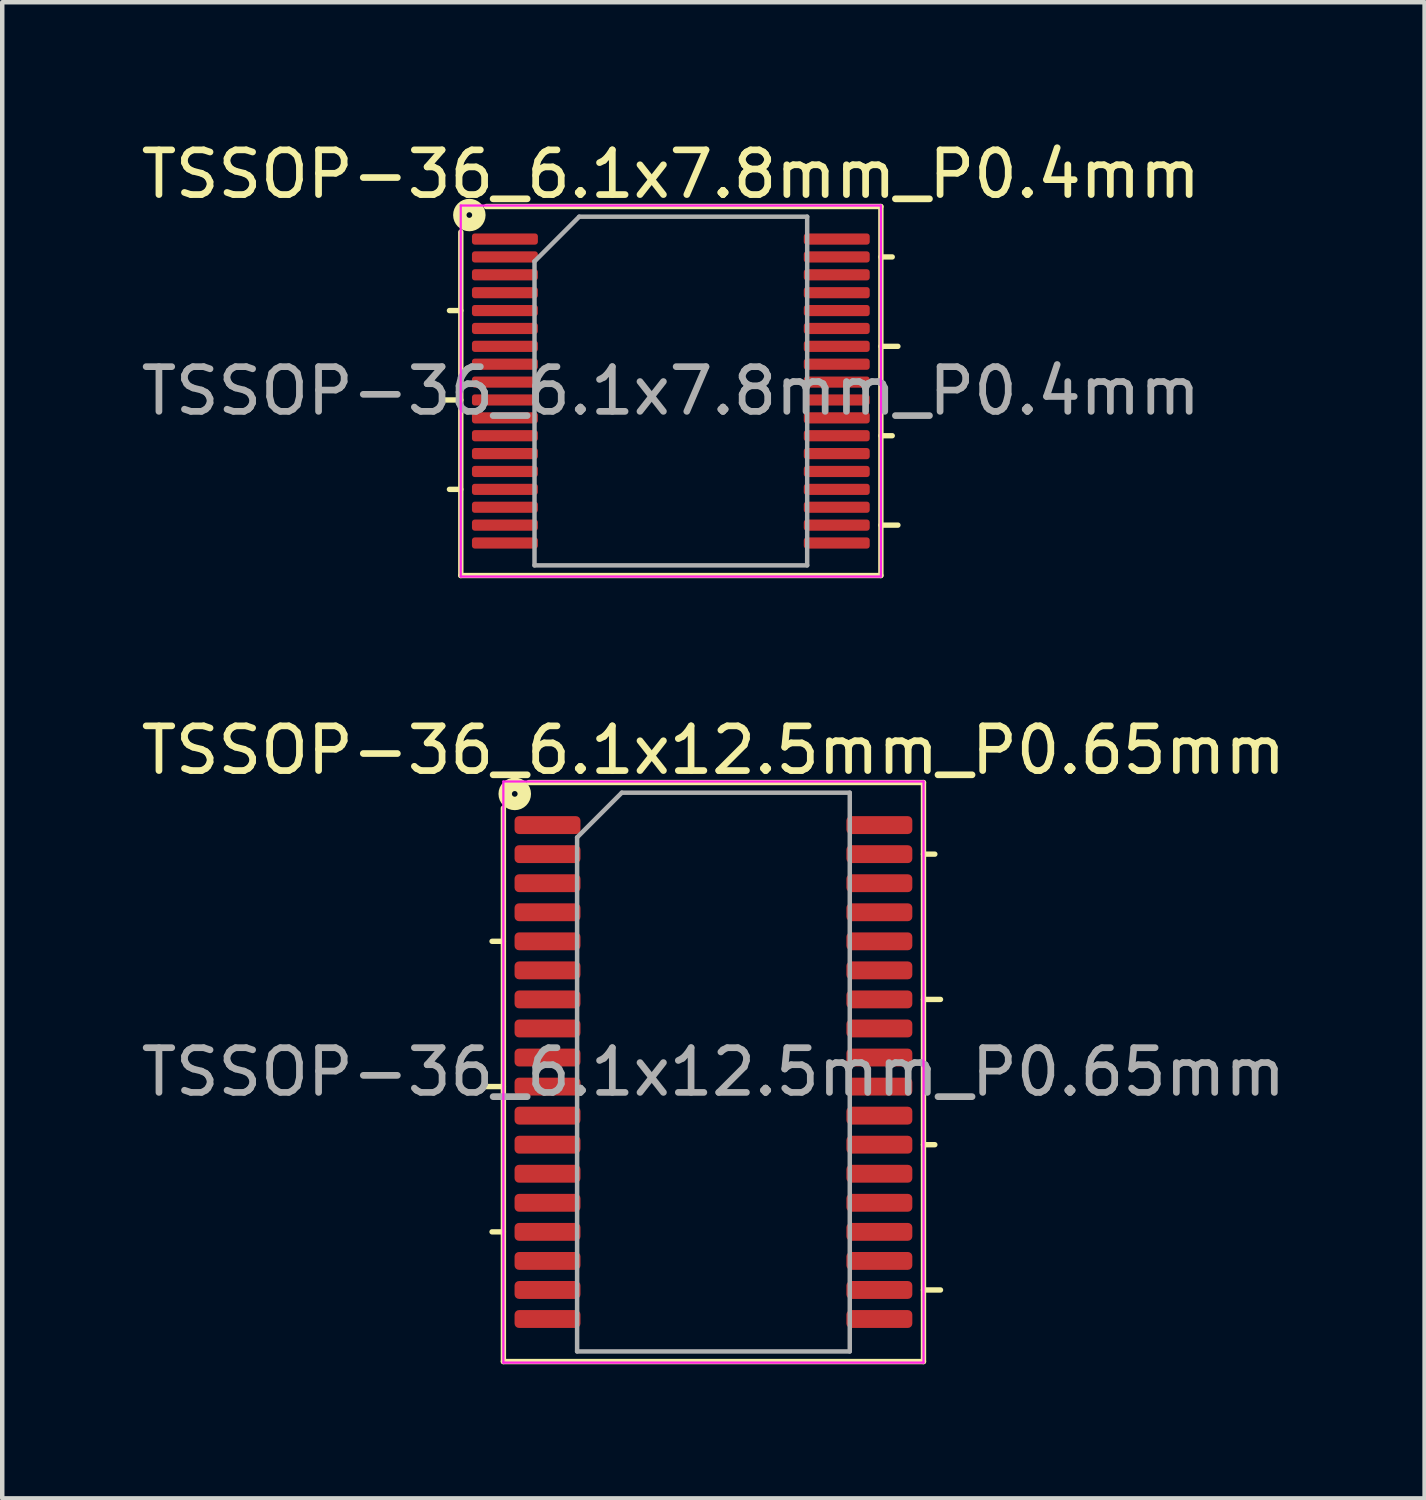
<source format=kicad_pcb>
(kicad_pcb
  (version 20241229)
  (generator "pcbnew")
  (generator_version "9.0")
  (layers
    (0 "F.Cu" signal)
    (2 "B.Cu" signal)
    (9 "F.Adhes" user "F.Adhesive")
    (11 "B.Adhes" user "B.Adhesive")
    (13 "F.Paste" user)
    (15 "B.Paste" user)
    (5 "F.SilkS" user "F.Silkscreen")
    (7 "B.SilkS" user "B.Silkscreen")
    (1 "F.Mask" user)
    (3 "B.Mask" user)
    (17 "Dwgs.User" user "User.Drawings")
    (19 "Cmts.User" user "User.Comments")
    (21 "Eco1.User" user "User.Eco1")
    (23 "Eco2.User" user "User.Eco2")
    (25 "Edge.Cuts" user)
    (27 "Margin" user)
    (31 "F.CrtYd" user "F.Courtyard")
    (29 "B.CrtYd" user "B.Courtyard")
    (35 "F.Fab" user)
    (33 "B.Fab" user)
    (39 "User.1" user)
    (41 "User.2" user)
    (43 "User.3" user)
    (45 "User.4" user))
  (footprint "TSSOP-36_6.1x7.8mm_P0.4mm"
    (layer "F.Cu")
    (at 11.958 5.698)
    (property "Reference" "TSSOP-36_6.1x7.8mm_P0.4mm" (at 0 -4.85 0) (layer "F.SilkS") (effects (font (size 1 1) (thickness 0.15))))
    (attr smd)
    (fp_line (start -5.08 0.2) (end -4.699 0.2) (stroke (width 0.12) (type solid)) (layer "F.SilkS"))
    (fp_line (start -4.953 -1.8) (end -4.699 -1.8) (stroke (width 0.12) (type solid)) (layer "F.SilkS"))
    (fp_line (start -4.953 2.2) (end -4.699 2.2) (stroke (width 0.12) (type solid)) (layer "F.SilkS"))
    (fp_line (start -4.699 -3.556) (end -4.699 4.128) (stroke (width 0.12) (type solid)) (layer "F.SilkS"))
    (fp_line (start -4.699 4.128) (end 4.699 4.128) (stroke (width 0.12) (type solid)) (layer "F.SilkS"))
    (fp_line (start 4.699 -4.128) (end -4.128 -4.128) (stroke (width 0.12) (type solid)) (layer "F.SilkS"))
    (fp_line (start 4.699 -3) (end 4.953 -3) (stroke (width 0.12) (type solid)) (layer "F.SilkS"))
    (fp_line (start 4.699 -1) (end 5.08 -1) (stroke (width 0.12) (type solid)) (layer "F.SilkS"))
    (fp_line (start 4.699 1) (end 4.953 1) (stroke (width 0.12) (type solid)) (layer "F.SilkS"))
    (fp_line (start 4.699 3) (end 5.08 3) (stroke (width 0.12) (type solid)) (layer "F.SilkS"))
    (fp_line (start 4.699 4.128) (end 4.699 -4.128) (stroke (width 0.12) (type solid)) (layer "F.SilkS"))
    (fp_circle (center -4.508 -3.937) (end -4.445 -3.937) (stroke (width 0.3) (type solid)) (fill no) (layer "F.SilkS"))
    (fp_line (start -4.7 -4.15) (end -4.7 4.15) (stroke (width 0.05) (type solid)) (layer "F.CrtYd"))
    (fp_line (start -4.7 4.15) (end 4.7 4.15) (stroke (width 0.05) (type solid)) (layer "F.CrtYd"))
    (fp_line (start 4.7 -4.15) (end -4.7 -4.15) (stroke (width 0.05) (type solid)) (layer "F.CrtYd"))
    (fp_line (start 4.7 4.15) (end 4.7 -4.15) (stroke (width 0.05) (type solid)) (layer "F.CrtYd"))
    (fp_line (start -3.05 -2.9) (end -2.05 -3.9) (stroke (width 0.1) (type solid)) (layer "F.Fab"))
    (fp_line (start -3.05 3.9) (end -3.05 -2.9) (stroke (width 0.1) (type solid)) (layer "F.Fab"))
    (fp_line (start -2.05 -3.9) (end 3.05 -3.9) (stroke (width 0.1) (type solid)) (layer "F.Fab"))
    (fp_line (start 3.05 -3.9) (end 3.05 3.9) (stroke (width 0.1) (type solid)) (layer "F.Fab"))
    (fp_line (start 3.05 3.9) (end -3.05 3.9) (stroke (width 0.1) (type solid)) (layer "F.Fab"))
    (fp_text user "${REFERENCE}" (at 0 0 0) (layer "F.Fab") (effects (font (size 1 1) (thickness 0.15))))
    (pad "1" smd roundrect (at -3.712 -3.4) (size 1.475 0.25) (layers "F.Cu" "F.Mask" "F.Paste") (roundrect_rratio 0.25))
    (pad "2" smd roundrect (at -3.712 -3) (size 1.475 0.25) (layers "F.Cu" "F.Mask" "F.Paste") (roundrect_rratio 0.25))
    (pad "3" smd roundrect (at -3.712 -2.6) (size 1.475 0.25) (layers "F.Cu" "F.Mask" "F.Paste") (roundrect_rratio 0.25))
    (pad "4" smd roundrect (at -3.712 -2.2) (size 1.475 0.25) (layers "F.Cu" "F.Mask" "F.Paste") (roundrect_rratio 0.25))
    (pad "5" smd roundrect (at -3.712 -1.8) (size 1.475 0.25) (layers "F.Cu" "F.Mask" "F.Paste") (roundrect_rratio 0.25))
    (pad "6" smd roundrect (at -3.712 -1.4) (size 1.475 0.25) (layers "F.Cu" "F.Mask" "F.Paste") (roundrect_rratio 0.25))
    (pad "7" smd roundrect (at -3.712 -1) (size 1.475 0.25) (layers "F.Cu" "F.Mask" "F.Paste") (roundrect_rratio 0.25))
    (pad "8" smd roundrect (at -3.712 -0.6) (size 1.475 0.25) (layers "F.Cu" "F.Mask" "F.Paste") (roundrect_rratio 0.25))
    (pad "9" smd roundrect (at -3.712 -0.2) (size 1.475 0.25) (layers "F.Cu" "F.Mask" "F.Paste") (roundrect_rratio 0.25))
    (pad "10" smd roundrect (at -3.712 0.2) (size 1.475 0.25) (layers "F.Cu" "F.Mask" "F.Paste") (roundrect_rratio 0.25))
    (pad "11" smd roundrect (at -3.712 0.6) (size 1.475 0.25) (layers "F.Cu" "F.Mask" "F.Paste") (roundrect_rratio 0.25))
    (pad "12" smd roundrect (at -3.712 1) (size 1.475 0.25) (layers "F.Cu" "F.Mask" "F.Paste") (roundrect_rratio 0.25))
    (pad "13" smd roundrect (at -3.712 1.4) (size 1.475 0.25) (layers "F.Cu" "F.Mask" "F.Paste") (roundrect_rratio 0.25))
    (pad "14" smd roundrect (at -3.712 1.8) (size 1.475 0.25) (layers "F.Cu" "F.Mask" "F.Paste") (roundrect_rratio 0.25))
    (pad "15" smd roundrect (at -3.712 2.2) (size 1.475 0.25) (layers "F.Cu" "F.Mask" "F.Paste") (roundrect_rratio 0.25))
    (pad "16" smd roundrect (at -3.712 2.6) (size 1.475 0.25) (layers "F.Cu" "F.Mask" "F.Paste") (roundrect_rratio 0.25))
    (pad "17" smd roundrect (at -3.712 3) (size 1.475 0.25) (layers "F.Cu" "F.Mask" "F.Paste") (roundrect_rratio 0.25))
    (pad "18" smd roundrect (at -3.712 3.4) (size 1.475 0.25) (layers "F.Cu" "F.Mask" "F.Paste") (roundrect_rratio 0.25))
    (pad "19" smd roundrect (at 3.712 3.4) (size 1.475 0.25) (layers "F.Cu" "F.Mask" "F.Paste") (roundrect_rratio 0.25))
    (pad "20" smd roundrect (at 3.712 3) (size 1.475 0.25) (layers "F.Cu" "F.Mask" "F.Paste") (roundrect_rratio 0.25))
    (pad "21" smd roundrect (at 3.712 2.6) (size 1.475 0.25) (layers "F.Cu" "F.Mask" "F.Paste") (roundrect_rratio 0.25))
    (pad "22" smd roundrect (at 3.712 2.2) (size 1.475 0.25) (layers "F.Cu" "F.Mask" "F.Paste") (roundrect_rratio 0.25))
    (pad "23" smd roundrect (at 3.712 1.8) (size 1.475 0.25) (layers "F.Cu" "F.Mask" "F.Paste") (roundrect_rratio 0.25))
    (pad "24" smd roundrect (at 3.712 1.4) (size 1.475 0.25) (layers "F.Cu" "F.Mask" "F.Paste") (roundrect_rratio 0.25))
    (pad "25" smd roundrect (at 3.712 1) (size 1.475 0.25) (layers "F.Cu" "F.Mask" "F.Paste") (roundrect_rratio 0.25))
    (pad "26" smd roundrect (at 3.712 0.6) (size 1.475 0.25) (layers "F.Cu" "F.Mask" "F.Paste") (roundrect_rratio 0.25))
    (pad "27" smd roundrect (at 3.712 0.2) (size 1.475 0.25) (layers "F.Cu" "F.Mask" "F.Paste") (roundrect_rratio 0.25))
    (pad "28" smd roundrect (at 3.712 -0.2) (size 1.475 0.25) (layers "F.Cu" "F.Mask" "F.Paste") (roundrect_rratio 0.25))
    (pad "29" smd roundrect (at 3.712 -0.6) (size 1.475 0.25) (layers "F.Cu" "F.Mask" "F.Paste") (roundrect_rratio 0.25))
    (pad "30" smd roundrect (at 3.712 -1) (size 1.475 0.25) (layers "F.Cu" "F.Mask" "F.Paste") (roundrect_rratio 0.25))
    (pad "31" smd roundrect (at 3.712 -1.4) (size 1.475 0.25) (layers "F.Cu" "F.Mask" "F.Paste") (roundrect_rratio 0.25))
    (pad "32" smd roundrect (at 3.712 -1.8) (size 1.475 0.25) (layers "F.Cu" "F.Mask" "F.Paste") (roundrect_rratio 0.25))
    (pad "33" smd roundrect (at 3.712 -2.2) (size 1.475 0.25) (layers "F.Cu" "F.Mask" "F.Paste") (roundrect_rratio 0.25))
    (pad "34" smd roundrect (at 3.712 -2.6) (size 1.475 0.25) (layers "F.Cu" "F.Mask" "F.Paste") (roundrect_rratio 0.25))
    (pad "35" smd roundrect (at 3.712 -3) (size 1.475 0.25) (layers "F.Cu" "F.Mask" "F.Paste") (roundrect_rratio 0.25))
    (pad "36" smd roundrect (at 3.712 -3.4) (size 1.475 0.25) (layers "F.Cu" "F.Mask" "F.Paste") (roundrect_rratio 0.25)))
  (footprint "TSSOP-36_6.1x12.5mm_P0.65mm"
    (layer "F.Cu")
    (at 12.911 20.934)
    (property "Reference" "TSSOP-36_6.1x12.5mm_P0.65mm" (at 0 -7.2 0) (layer "F.SilkS") (effects (font (size 1 1) (thickness 0.15))))
    (attr smd)
    (fp_line (start -4.699 -5.905) (end -4.699 6.477) (stroke (width 0.12) (type solid)) (layer "F.SilkS"))
    (fp_line (start -4.699 -2.925) (end -4.953 -2.925) (stroke (width 0.12) (type solid)) (layer "F.SilkS"))
    (fp_line (start -4.699 0.325) (end -5.08 0.325) (stroke (width 0.12) (type solid)) (layer "F.SilkS"))
    (fp_line (start -4.699 3.575) (end -4.953 3.575) (stroke (width 0.12) (type solid)) (layer "F.SilkS"))
    (fp_line (start -4.699 6.477) (end 4.699 6.477) (stroke (width 0.12) (type solid)) (layer "F.SilkS"))
    (fp_line (start 4.699 -6.477) (end -4.128 -6.477) (stroke (width 0.12) (type solid)) (layer "F.SilkS"))
    (fp_line (start 4.699 -4.875) (end 4.953 -4.875) (stroke (width 0.12) (type solid)) (layer "F.SilkS"))
    (fp_line (start 4.699 -1.625) (end 5.08 -1.625) (stroke (width 0.12) (type solid)) (layer "F.SilkS"))
    (fp_line (start 4.699 1.625) (end 4.953 1.625) (stroke (width 0.12) (type solid)) (layer "F.SilkS"))
    (fp_line (start 4.699 4.875) (end 5.08 4.875) (stroke (width 0.12) (type solid)) (layer "F.SilkS"))
    (fp_line (start 4.699 6.477) (end 4.699 -6.477) (stroke (width 0.12) (type solid)) (layer "F.SilkS"))
    (fp_circle (center -4.445 -6.223) (end -4.381 -6.223) (stroke (width 0.3) (type solid)) (fill no) (layer "F.SilkS"))
    (fp_line (start -4.7 -6.5) (end -4.7 6.5) (stroke (width 0.05) (type solid)) (layer "F.CrtYd"))
    (fp_line (start -4.7 6.5) (end 4.7 6.5) (stroke (width 0.05) (type solid)) (layer "F.CrtYd"))
    (fp_line (start 4.7 -6.5) (end -4.7 -6.5) (stroke (width 0.05) (type solid)) (layer "F.CrtYd"))
    (fp_line (start 4.7 6.5) (end 4.7 -6.5) (stroke (width 0.05) (type solid)) (layer "F.CrtYd"))
    (fp_line (start -3.05 -5.25) (end -2.05 -6.25) (stroke (width 0.1) (type solid)) (layer "F.Fab"))
    (fp_line (start -3.05 6.25) (end -3.05 -5.25) (stroke (width 0.1) (type solid)) (layer "F.Fab"))
    (fp_line (start -2.05 -6.25) (end 3.05 -6.25) (stroke (width 0.1) (type solid)) (layer "F.Fab"))
    (fp_line (start 3.05 -6.25) (end 3.05 6.25) (stroke (width 0.1) (type solid)) (layer "F.Fab"))
    (fp_line (start 3.05 6.25) (end -3.05 6.25) (stroke (width 0.1) (type solid)) (layer "F.Fab"))
    (fp_text user "${REFERENCE}" (at 0 0 0) (layer "F.Fab") (effects (font (size 1 1) (thickness 0.15))))
    (pad "1" smd roundrect (at -3.712 -5.525) (size 1.475 0.4) (layers "F.Cu" "F.Mask" "F.Paste") (roundrect_rratio 0.25))
    (pad "2" smd roundrect (at -3.712 -4.875) (size 1.475 0.4) (layers "F.Cu" "F.Mask" "F.Paste") (roundrect_rratio 0.25))
    (pad "3" smd roundrect (at -3.712 -4.225) (size 1.475 0.4) (layers "F.Cu" "F.Mask" "F.Paste") (roundrect_rratio 0.25))
    (pad "4" smd roundrect (at -3.712 -3.575) (size 1.475 0.4) (layers "F.Cu" "F.Mask" "F.Paste") (roundrect_rratio 0.25))
    (pad "5" smd roundrect (at -3.712 -2.925) (size 1.475 0.4) (layers "F.Cu" "F.Mask" "F.Paste") (roundrect_rratio 0.25))
    (pad "6" smd roundrect (at -3.712 -2.275) (size 1.475 0.4) (layers "F.Cu" "F.Mask" "F.Paste") (roundrect_rratio 0.25))
    (pad "7" smd roundrect (at -3.712 -1.625) (size 1.475 0.4) (layers "F.Cu" "F.Mask" "F.Paste") (roundrect_rratio 0.25))
    (pad "8" smd roundrect (at -3.712 -0.975) (size 1.475 0.4) (layers "F.Cu" "F.Mask" "F.Paste") (roundrect_rratio 0.25))
    (pad "9" smd roundrect (at -3.712 -0.325) (size 1.475 0.4) (layers "F.Cu" "F.Mask" "F.Paste") (roundrect_rratio 0.25))
    (pad "10" smd roundrect (at -3.712 0.325) (size 1.475 0.4) (layers "F.Cu" "F.Mask" "F.Paste") (roundrect_rratio 0.25))
    (pad "11" smd roundrect (at -3.712 0.975) (size 1.475 0.4) (layers "F.Cu" "F.Mask" "F.Paste") (roundrect_rratio 0.25))
    (pad "12" smd roundrect (at -3.712 1.625) (size 1.475 0.4) (layers "F.Cu" "F.Mask" "F.Paste") (roundrect_rratio 0.25))
    (pad "13" smd roundrect (at -3.712 2.275) (size 1.475 0.4) (layers "F.Cu" "F.Mask" "F.Paste") (roundrect_rratio 0.25))
    (pad "14" smd roundrect (at -3.712 2.925) (size 1.475 0.4) (layers "F.Cu" "F.Mask" "F.Paste") (roundrect_rratio 0.25))
    (pad "15" smd roundrect (at -3.712 3.575) (size 1.475 0.4) (layers "F.Cu" "F.Mask" "F.Paste") (roundrect_rratio 0.25))
    (pad "16" smd roundrect (at -3.712 4.225) (size 1.475 0.4) (layers "F.Cu" "F.Mask" "F.Paste") (roundrect_rratio 0.25))
    (pad "17" smd roundrect (at -3.712 4.875) (size 1.475 0.4) (layers "F.Cu" "F.Mask" "F.Paste") (roundrect_rratio 0.25))
    (pad "18" smd roundrect (at -3.712 5.525) (size 1.475 0.4) (layers "F.Cu" "F.Mask" "F.Paste") (roundrect_rratio 0.25))
    (pad "19" smd roundrect (at 3.712 5.525) (size 1.475 0.4) (layers "F.Cu" "F.Mask" "F.Paste") (roundrect_rratio 0.25))
    (pad "20" smd roundrect (at 3.712 4.875) (size 1.475 0.4) (layers "F.Cu" "F.Mask" "F.Paste") (roundrect_rratio 0.25))
    (pad "21" smd roundrect (at 3.712 4.225) (size 1.475 0.4) (layers "F.Cu" "F.Mask" "F.Paste") (roundrect_rratio 0.25))
    (pad "22" smd roundrect (at 3.712 3.575) (size 1.475 0.4) (layers "F.Cu" "F.Mask" "F.Paste") (roundrect_rratio 0.25))
    (pad "23" smd roundrect (at 3.712 2.925) (size 1.475 0.4) (layers "F.Cu" "F.Mask" "F.Paste") (roundrect_rratio 0.25))
    (pad "24" smd roundrect (at 3.712 2.275) (size 1.475 0.4) (layers "F.Cu" "F.Mask" "F.Paste") (roundrect_rratio 0.25))
    (pad "25" smd roundrect (at 3.712 1.625) (size 1.475 0.4) (layers "F.Cu" "F.Mask" "F.Paste") (roundrect_rratio 0.25))
    (pad "26" smd roundrect (at 3.712 0.975) (size 1.475 0.4) (layers "F.Cu" "F.Mask" "F.Paste") (roundrect_rratio 0.25))
    (pad "27" smd roundrect (at 3.712 0.325) (size 1.475 0.4) (layers "F.Cu" "F.Mask" "F.Paste") (roundrect_rratio 0.25))
    (pad "28" smd roundrect (at 3.712 -0.325) (size 1.475 0.4) (layers "F.Cu" "F.Mask" "F.Paste") (roundrect_rratio 0.25))
    (pad "29" smd roundrect (at 3.712 -0.975) (size 1.475 0.4) (layers "F.Cu" "F.Mask" "F.Paste") (roundrect_rratio 0.25))
    (pad "30" smd roundrect (at 3.712 -1.625) (size 1.475 0.4) (layers "F.Cu" "F.Mask" "F.Paste") (roundrect_rratio 0.25))
    (pad "31" smd roundrect (at 3.712 -2.275) (size 1.475 0.4) (layers "F.Cu" "F.Mask" "F.Paste") (roundrect_rratio 0.25))
    (pad "32" smd roundrect (at 3.712 -2.925) (size 1.475 0.4) (layers "F.Cu" "F.Mask" "F.Paste") (roundrect_rratio 0.25))
    (pad "33" smd roundrect (at 3.712 -3.575) (size 1.475 0.4) (layers "F.Cu" "F.Mask" "F.Paste") (roundrect_rratio 0.25))
    (pad "34" smd roundrect (at 3.712 -4.225) (size 1.475 0.4) (layers "F.Cu" "F.Mask" "F.Paste") (roundrect_rratio 0.25))
    (pad "35" smd roundrect (at 3.712 -4.875) (size 1.475 0.4) (layers "F.Cu" "F.Mask" "F.Paste") (roundrect_rratio 0.25))
    (pad "36" smd roundrect (at 3.712 -5.525) (size 1.475 0.4) (layers "F.Cu" "F.Mask" "F.Paste") (roundrect_rratio 0.25)))
  (gr_rect
    (start -3 -3)
    (end 28.821 30.471)
    (stroke (width 0.1) (type default))
    (fill no)
    (layer "Edge.Cuts")))
</source>
